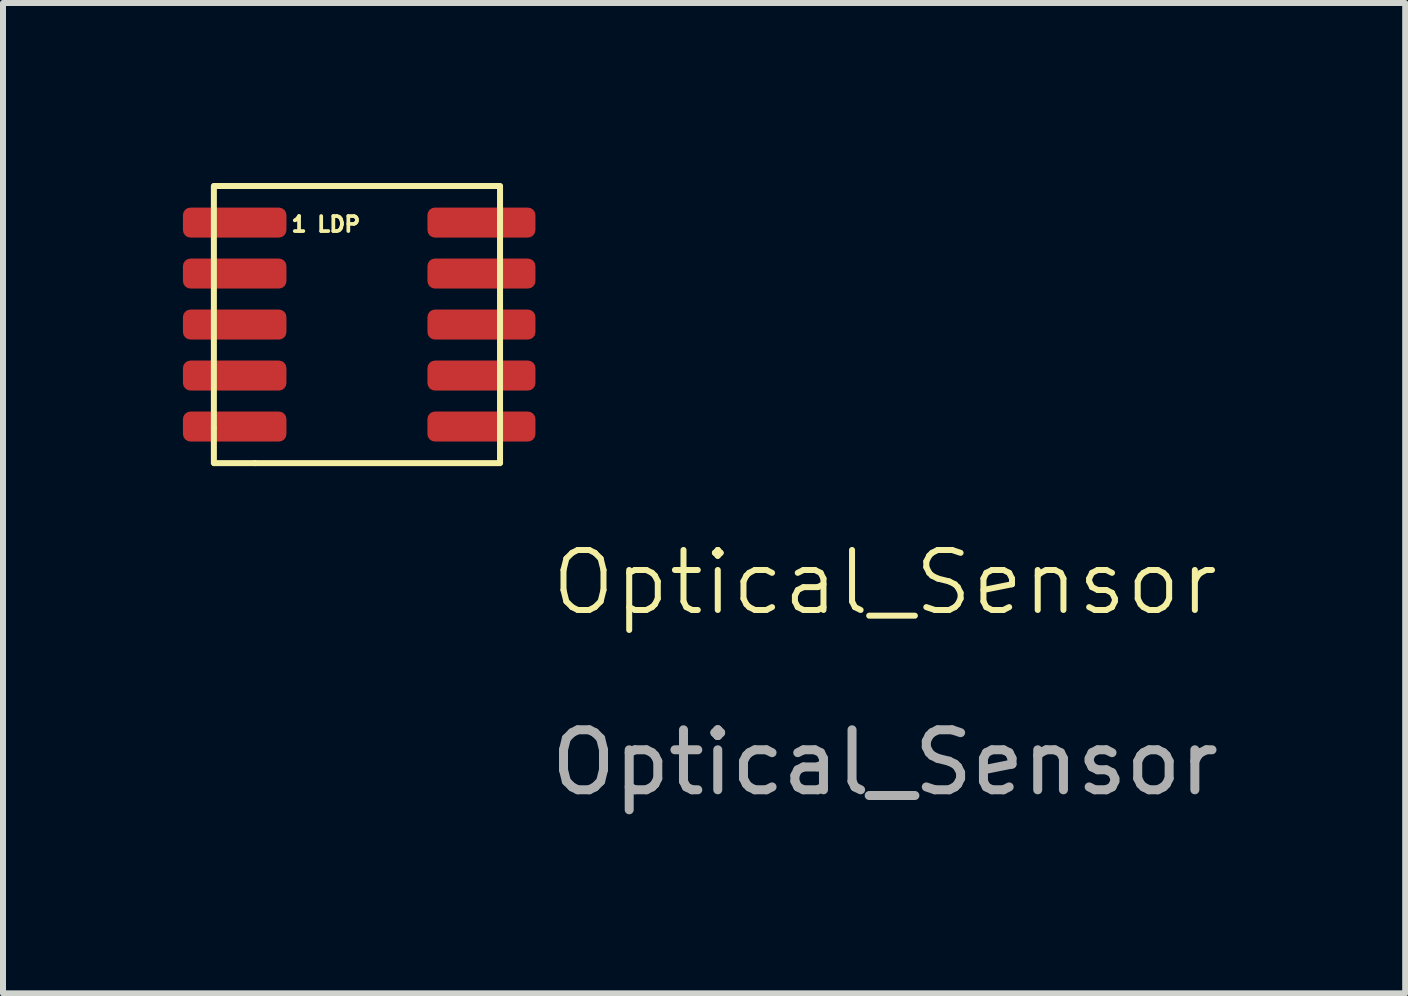
<source format=kicad_pcb>
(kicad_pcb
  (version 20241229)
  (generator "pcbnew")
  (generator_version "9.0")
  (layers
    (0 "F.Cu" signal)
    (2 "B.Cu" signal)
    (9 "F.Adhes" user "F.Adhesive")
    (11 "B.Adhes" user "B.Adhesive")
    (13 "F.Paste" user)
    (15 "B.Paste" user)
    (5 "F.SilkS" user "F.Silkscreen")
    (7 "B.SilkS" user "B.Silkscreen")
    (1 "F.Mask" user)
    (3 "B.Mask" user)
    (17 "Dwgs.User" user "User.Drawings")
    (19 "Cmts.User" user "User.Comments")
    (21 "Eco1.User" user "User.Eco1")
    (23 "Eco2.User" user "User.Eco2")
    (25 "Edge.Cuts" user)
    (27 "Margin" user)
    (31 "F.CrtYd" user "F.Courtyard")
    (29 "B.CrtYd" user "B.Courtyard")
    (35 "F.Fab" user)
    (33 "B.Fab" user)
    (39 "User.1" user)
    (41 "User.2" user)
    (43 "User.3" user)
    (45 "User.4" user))
  (footprint "Optical_Sensor"
    (layer "F.Cu")
    (at 11.7 7.16)
    (property "Reference" "Optical_Sensor" (at 0 -0.5 0) (unlocked yes) (layer "F.SilkS") (effects (font (size 1 1) (thickness 0.1))))
    (attr smd)
    (fp_line (start -11.185 -3.075) (end -11.185 -7.11) (stroke (width 0.1) (type default)) (layer "F.SilkS"))
    (fp_line (start -11.185 -3.075) (end -11.185 -2.49) (stroke (width 0.1) (type default)) (layer "F.SilkS"))
    (fp_line (start -10.5 -2.49) (end -11.175 -2.49) (stroke (width 0.1) (type default)) (layer "F.SilkS"))
    (fp_line (start -10.5 -2.49) (end -6.415 -2.49) (stroke (width 0.1) (type default)) (layer "F.SilkS"))
    (fp_line (start -7.075 -7.11) (end -11.175 -7.11) (stroke (width 0.1) (type default)) (layer "F.SilkS"))
    (fp_line (start -7.075 -7.11) (end -6.415 -7.11) (stroke (width 0.1) (type default)) (layer "F.SilkS"))
    (fp_line (start -6.415 -6.5) (end -6.415 -7.1) (stroke (width 0.1) (type default)) (layer "F.SilkS"))
    (fp_line (start -6.415 -6.5) (end -6.415 -2.5) (stroke (width 0.1) (type default)) (layer "F.SilkS"))
    (fp_text user "1 LDP" (at -9.925 -6.325 0) (unlocked yes) (layer "F.SilkS") (effects (font (size 0.25 0.25) (thickness 0.062)) (justify left bottom)))
    (fp_text user "${REFERENCE}" (at 0 2.5 0) (unlocked yes) (layer "F.Fab") (effects (font (size 1 1) (thickness 0.15))))
    (pad "1" smd roundrect (at -10.838 -6.5 90) (size 0.5 1.725) (layers "F.Cu" "F.Mask" "F.Paste") (roundrect_rratio 0.25))
    (pad "2" smd roundrect (at -10.838 -5.65 90) (size 0.5 1.725) (layers "F.Cu" "F.Mask" "F.Paste") (roundrect_rratio 0.25))
    (pad "3" smd roundrect (at -10.838 -4.8 90) (size 0.5 1.725) (layers "F.Cu" "F.Mask" "F.Paste") (roundrect_rratio 0.25))
    (pad "4" smd roundrect (at -10.838 -3.95 90) (size 0.5 1.725) (layers "F.Cu" "F.Mask" "F.Paste") (roundrect_rratio 0.25))
    (pad "5" smd roundrect (at -10.838 -3.1 90) (size 0.5 1.725) (layers "F.Cu" "F.Mask" "F.Paste") (roundrect_rratio 0.25))
    (pad "6" smd roundrect (at -6.725 -3.1 90) (size 0.5 1.8) (layers "F.Cu" "F.Mask" "F.Paste") (roundrect_rratio 0.25))
    (pad "7" smd roundrect (at -6.725 -3.95 90) (size 0.5 1.8) (layers "F.Cu" "F.Mask" "F.Paste") (roundrect_rratio 0.25))
    (pad "8" smd roundrect (at -6.725 -4.8 90) (size 0.5 1.8) (layers "F.Cu" "F.Mask" "F.Paste") (roundrect_rratio 0.25))
    (pad "9" smd roundrect (at -6.725 -5.65 90) (size 0.5 1.8) (layers "F.Cu" "F.Mask" "F.Paste") (roundrect_rratio 0.25))
    (pad "10" smd roundrect (at -6.725 -6.5 90) (size 0.5 1.8) (layers "F.Cu" "F.Mask" "F.Paste") (roundrect_rratio 0.25)))
  (gr_rect
    (start -3 -3)
    (end 20.373 13.508)
    (stroke (width 0.1) (type default))
    (fill no)
    (layer "Edge.Cuts")))
</source>
